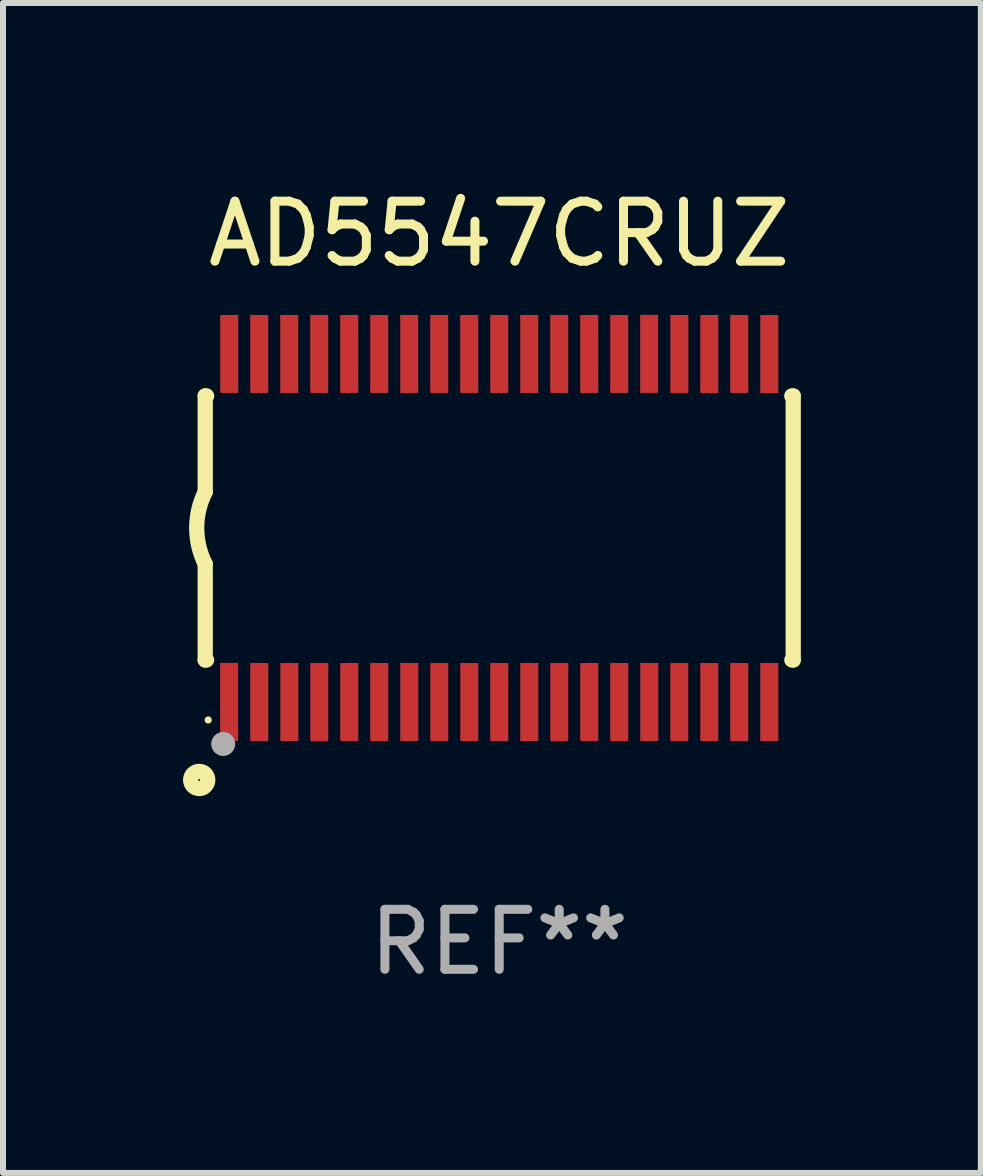
<source format=kicad_pcb>
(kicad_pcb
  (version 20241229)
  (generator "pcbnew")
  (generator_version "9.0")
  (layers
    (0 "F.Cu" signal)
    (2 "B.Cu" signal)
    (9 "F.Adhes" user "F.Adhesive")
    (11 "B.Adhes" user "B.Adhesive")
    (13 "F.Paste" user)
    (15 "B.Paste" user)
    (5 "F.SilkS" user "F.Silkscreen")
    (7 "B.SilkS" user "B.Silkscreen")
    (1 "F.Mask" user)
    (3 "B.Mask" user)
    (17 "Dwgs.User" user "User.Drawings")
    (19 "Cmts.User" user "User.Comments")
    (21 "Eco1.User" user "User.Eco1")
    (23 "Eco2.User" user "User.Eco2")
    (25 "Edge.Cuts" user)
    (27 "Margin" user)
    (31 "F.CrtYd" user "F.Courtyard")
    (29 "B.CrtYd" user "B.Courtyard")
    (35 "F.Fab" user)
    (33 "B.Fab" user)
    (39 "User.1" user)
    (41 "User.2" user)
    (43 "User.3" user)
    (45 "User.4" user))
  (footprint "AD5547CRUZ"
    (layer "F.Cu")
    (at 5.27 5.749)
    (property "Reference" "AD5547CRUZ" (at 0 -4.901 0) (layer "F.SilkS") (effects (font (size 1 1) (thickness 0.15))))
    (attr through_hole)
    (fp_line (start -4.9 -2.2) (end -4.9 -0.6) (stroke (width 0.254) (type solid)) (layer "F.SilkS"))
    (fp_line (start -4.9 -2.2) (end -4.876 -2.2) (stroke (width 0.254) (type solid)) (layer "F.SilkS"))
    (fp_line (start -4.9 2.2) (end -4.9 0.6) (stroke (width 0.254) (type solid)) (layer "F.SilkS"))
    (fp_line (start -4.9 2.2) (end -4.877 2.2) (stroke (width 0.254) (type solid)) (layer "F.SilkS"))
    (fp_line (start 4.876 -2.2) (end 4.9 -2.2) (stroke (width 0.254) (type solid)) (layer "F.SilkS"))
    (fp_line (start 4.877 2.2) (end 4.9 2.2) (stroke (width 0.254) (type solid)) (layer "F.SilkS"))
    (fp_line (start 4.9 -2.2) (end 4.9 2.2) (stroke (width 0.254) (type solid)) (layer "F.SilkS"))
    (fp_arc (start -4.900051 0.599822) (mid -5.041652 -0.000095) (end -4.9 -0.6) (stroke (width 0.254001) (type solid)) (layer "F.SilkS"))
    (fp_circle (center -5 4.2) (end -4.857 4.2) (stroke (width 0.254) (type solid)) (fill no) (layer "F.SilkS"))
    (fp_circle (center -4.85 3.2) (end -4.82 3.2) (stroke (width 0.06) (type solid)) (fill no) (layer "F.SilkS"))
    (fp_circle (center -4.6 3.6) (end -4.5 3.6) (stroke (width 0.2) (type solid)) (fill no) (layer "F.Fab"))
    (fp_text user "REF**" (at 0 6.901 0) (layer "F.Fab") (effects (font (size 1 1) (thickness 0.15))))
    (pad "1" smd rect (at -4.501 2.899 90) (size 1.3 0.3) (layers "F.Cu" "F.Mask" "F.Paste"))
    (pad "2" smd rect (at -3.999 2.901 90) (size 1.3 0.3) (layers "F.Cu" "F.Mask" "F.Paste"))
    (pad "3" smd rect (at -3.498 2.901 90) (size 1.3 0.3) (layers "F.Cu" "F.Mask" "F.Paste"))
    (pad "4" smd rect (at -2.999 2.901 90) (size 1.3 0.3) (layers "F.Cu" "F.Mask" "F.Paste"))
    (pad "5" smd rect (at -2.499 2.901 90) (size 1.3 0.3) (layers "F.Cu" "F.Mask" "F.Paste"))
    (pad "6" smd rect (at -1.999 2.901 90) (size 1.3 0.3) (layers "F.Cu" "F.Mask" "F.Paste"))
    (pad "7" smd rect (at -1.499 2.901 90) (size 1.3 0.3) (layers "F.Cu" "F.Mask" "F.Paste"))
    (pad "8" smd rect (at -0.999 2.901 90) (size 1.3 0.3) (layers "F.Cu" "F.Mask" "F.Paste"))
    (pad "9" smd rect (at -0.499 2.901 90) (size 1.3 0.3) (layers "F.Cu" "F.Mask" "F.Paste"))
    (pad "10" smd rect (at 0.001 2.901 90) (size 1.3 0.3) (layers "F.Cu" "F.Mask" "F.Paste"))
    (pad "11" smd rect (at 0.501 2.901 90) (size 1.3 0.3) (layers "F.Cu" "F.Mask" "F.Paste"))
    (pad "12" smd rect (at 1.001 2.901 90) (size 1.3 0.3) (layers "F.Cu" "F.Mask" "F.Paste"))
    (pad "13" smd rect (at 1.501 2.901 90) (size 1.3 0.3) (layers "F.Cu" "F.Mask" "F.Paste"))
    (pad "14" smd rect (at 2.001 2.901 90) (size 1.3 0.3) (layers "F.Cu" "F.Mask" "F.Paste"))
    (pad "15" smd rect (at 2.501 2.901 90) (size 1.3 0.3) (layers "F.Cu" "F.Mask" "F.Paste"))
    (pad "16" smd rect (at 3.001 2.901 90) (size 1.3 0.3) (layers "F.Cu" "F.Mask" "F.Paste"))
    (pad "17" smd rect (at 3.501 2.901 90) (size 1.3 0.3) (layers "F.Cu" "F.Mask" "F.Paste"))
    (pad "18" smd rect (at 4.001 2.901 90) (size 1.3 0.3) (layers "F.Cu" "F.Mask" "F.Paste"))
    (pad "19" smd rect (at 4.501 2.901 90) (size 1.3 0.3) (layers "F.Cu" "F.Mask" "F.Paste"))
    (pad "20" smd rect (at 4.501 -2.899 90) (size 1.3 0.3) (layers "F.Cu" "F.Mask" "F.Paste"))
    (pad "21" smd rect (at 4.001 -2.9 90) (size 1.3 0.3) (layers "F.Cu" "F.Mask" "F.Paste"))
    (pad "22" smd rect (at 3.501 -2.899 90) (size 1.3 0.3) (layers "F.Cu" "F.Mask" "F.Paste"))
    (pad "23" smd rect (at 3.002 -2.899 90) (size 1.3 0.3) (layers "F.Cu" "F.Mask" "F.Paste"))
    (pad "24" smd rect (at 2.499 -2.901 90) (size 1.3 0.3) (layers "F.Cu" "F.Mask" "F.Paste"))
    (pad "25" smd rect (at 2 -2.9 90) (size 1.3 0.3) (layers "F.Cu" "F.Mask" "F.Paste"))
    (pad "26" smd rect (at 1.5 -2.9 90) (size 1.3 0.3) (layers "F.Cu" "F.Mask" "F.Paste"))
    (pad "27" smd rect (at 1 -2.9 90) (size 1.3 0.3) (layers "F.Cu" "F.Mask" "F.Paste"))
    (pad "28" smd rect (at 0.5 -2.9 90) (size 1.3 0.3) (layers "F.Cu" "F.Mask" "F.Paste"))
    (pad "29" smd rect (at 0.000127 -2.9 90) (size 1.3 0.3) (layers "F.Cu" "F.Mask" "F.Paste"))
    (pad "30" smd rect (at -0.5 -2.9 90) (size 1.3 0.3) (layers "F.Cu" "F.Mask" "F.Paste"))
    (pad "31" smd rect (at -1 -2.9 90) (size 1.3 0.3) (layers "F.Cu" "F.Mask" "F.Paste"))
    (pad "32" smd rect (at -1.5 -2.9 90) (size 1.3 0.3) (layers "F.Cu" "F.Mask" "F.Paste"))
    (pad "33" smd rect (at -2 -2.9 90) (size 1.3 0.3) (layers "F.Cu" "F.Mask" "F.Paste"))
    (pad "34" smd rect (at -2.5 -2.9 90) (size 1.3 0.3) (layers "F.Cu" "F.Mask" "F.Paste"))
    (pad "35" smd rect (at -3 -2.9 90) (size 1.3 0.3) (layers "F.Cu" "F.Mask" "F.Paste"))
    (pad "36" smd rect (at -3.5 -2.9 90) (size 1.3 0.3) (layers "F.Cu" "F.Mask" "F.Paste"))
    (pad "37" smd rect (at -4 -2.9 90) (size 1.3 0.3) (layers "F.Cu" "F.Mask" "F.Paste"))
    (pad "38" smd rect (at -4.5 -2.9 90) (size 1.3 0.3) (layers "F.Cu" "F.Mask" "F.Paste")))
  (gr_rect
    (start -3 -3)
    (end 13.297 16.499)
    (stroke (width 0.1) (type default))
    (fill no)
    (layer "Edge.Cuts")))
</source>
